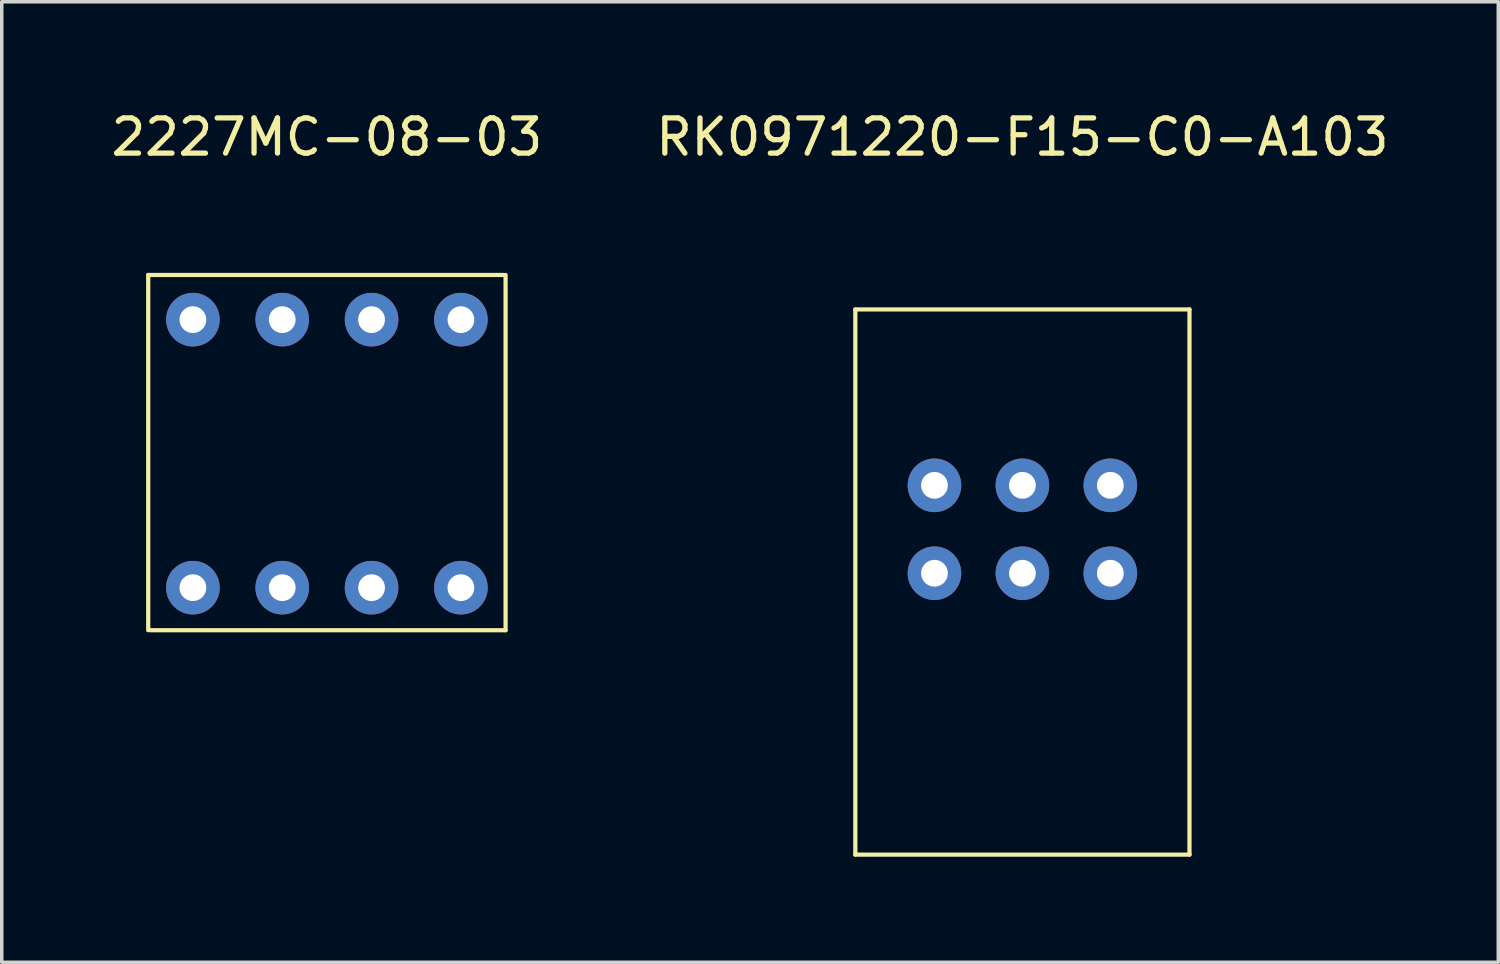
<source format=kicad_pcb>
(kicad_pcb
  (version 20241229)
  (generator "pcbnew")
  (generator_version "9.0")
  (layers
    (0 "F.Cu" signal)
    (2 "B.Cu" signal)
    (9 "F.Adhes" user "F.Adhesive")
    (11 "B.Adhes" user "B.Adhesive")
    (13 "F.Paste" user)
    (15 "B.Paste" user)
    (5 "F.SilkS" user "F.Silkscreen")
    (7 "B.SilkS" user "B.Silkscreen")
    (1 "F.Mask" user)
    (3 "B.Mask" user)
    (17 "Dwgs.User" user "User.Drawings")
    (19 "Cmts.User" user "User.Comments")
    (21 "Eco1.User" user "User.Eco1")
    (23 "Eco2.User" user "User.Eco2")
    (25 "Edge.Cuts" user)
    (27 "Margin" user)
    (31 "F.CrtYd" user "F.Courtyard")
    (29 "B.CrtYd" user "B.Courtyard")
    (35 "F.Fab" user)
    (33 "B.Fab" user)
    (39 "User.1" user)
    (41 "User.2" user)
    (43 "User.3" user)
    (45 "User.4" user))
  (footprint "RK0971220-F15-C0-A103"
    (layer "F.Cu")
    (at 26.018 10.748)
    (property "Reference" "RK0971220-F15-C0-A103" (at 0 -9.9 0) (layer "F.SilkS") (effects (font (size 1 1) (thickness 0.15))))
    (attr through_hole)
    (fp_line (start -4.75 -5) (end -4.75 10.5) (stroke (width 0.12) (type solid)) (layer "F.SilkS"))
    (fp_line (start -4.75 10.5) (end 4.75 10.5) (stroke (width 0.12) (type solid)) (layer "F.SilkS"))
    (fp_line (start 4.75 -5) (end -4.75 -5) (stroke (width 0.12) (type solid)) (layer "F.SilkS"))
    (fp_line (start 4.75 10.5) (end 4.75 -5) (stroke (width 0.12) (type solid)) (layer "F.SilkS"))
    (pad "1" thru_hole circle (at -2.5 0) (size 1.524 1.524) (drill 0.762) (layers "*.Cu" "*.Mask"))
    (pad "2" thru_hole circle (at 0 0) (size 1.524 1.524) (drill 0.762) (layers "*.Cu" "*.Mask"))
    (pad "3" thru_hole circle (at 2.5 0) (size 1.524 1.524) (drill 0.762) (layers "*.Cu" "*.Mask"))
    (pad "4" thru_hole circle (at -2.5 2.5) (size 1.524 1.524) (drill 0.762) (layers "*.Cu" "*.Mask"))
    (pad "5" thru_hole circle (at 0 2.5) (size 1.524 1.524) (drill 0.762) (layers "*.Cu" "*.Mask"))
    (pad "6" thru_hole circle (at 2.5 2.5) (size 1.524 1.524) (drill 0.762) (layers "*.Cu" "*.Mask")))
  (footprint "2227MC-08-03"
    (layer "F.Cu")
    (at 6.244 9.848)
    (property "Reference" "2227MC-08-03" (at 0 -9 0) (layer "F.SilkS") (effects (font (size 1 1) (thickness 0.15))))
    (attr through_hole)
    (fp_line (start -5.08 -5.08) (end -5.08 5.02) (stroke (width 0.12) (type solid)) (layer "F.SilkS"))
    (fp_line (start -5.08 -5.08) (end 5.02 -5.08) (stroke (width 0.12) (type solid)) (layer "F.SilkS"))
    (fp_line (start -5.02 5.02) (end 5.08 5.02) (stroke (width 0.12) (type solid)) (layer "F.SilkS"))
    (fp_line (start 5.08 -5.08) (end 5.08 5.02) (stroke (width 0.12) (type solid)) (layer "F.SilkS"))
    (pad "1" thru_hole circle (at -3.81 3.81) (size 1.524 1.524) (drill 0.762) (layers "*.Cu" "*.Mask"))
    (pad "2" thru_hole circle (at -1.27 3.81) (size 1.524 1.524) (drill 0.762) (layers "*.Cu" "*.Mask"))
    (pad "3" thru_hole circle (at 1.27 3.81) (size 1.524 1.524) (drill 0.762) (layers "*.Cu" "*.Mask"))
    (pad "4" thru_hole circle (at 3.81 3.81) (size 1.524 1.524) (drill 0.762) (layers "*.Cu" "*.Mask"))
    (pad "5" thru_hole circle (at 3.81 -3.81) (size 1.524 1.524) (drill 0.762) (layers "*.Cu" "*.Mask"))
    (pad "6" thru_hole circle (at 1.27 -3.81) (size 1.524 1.524) (drill 0.762) (layers "*.Cu" "*.Mask"))
    (pad "7" thru_hole circle (at -1.27 -3.81) (size 1.524 1.524) (drill 0.762) (layers "*.Cu" "*.Mask"))
    (pad "8" thru_hole circle (at -3.81 -3.81) (size 1.524 1.524) (drill 0.762) (layers "*.Cu" "*.Mask")))
  (gr_rect
    (start -3 -3)
    (end 39.548 24.308)
    (stroke (width 0.1) (type default))
    (fill no)
    (layer "Edge.Cuts")))
</source>
